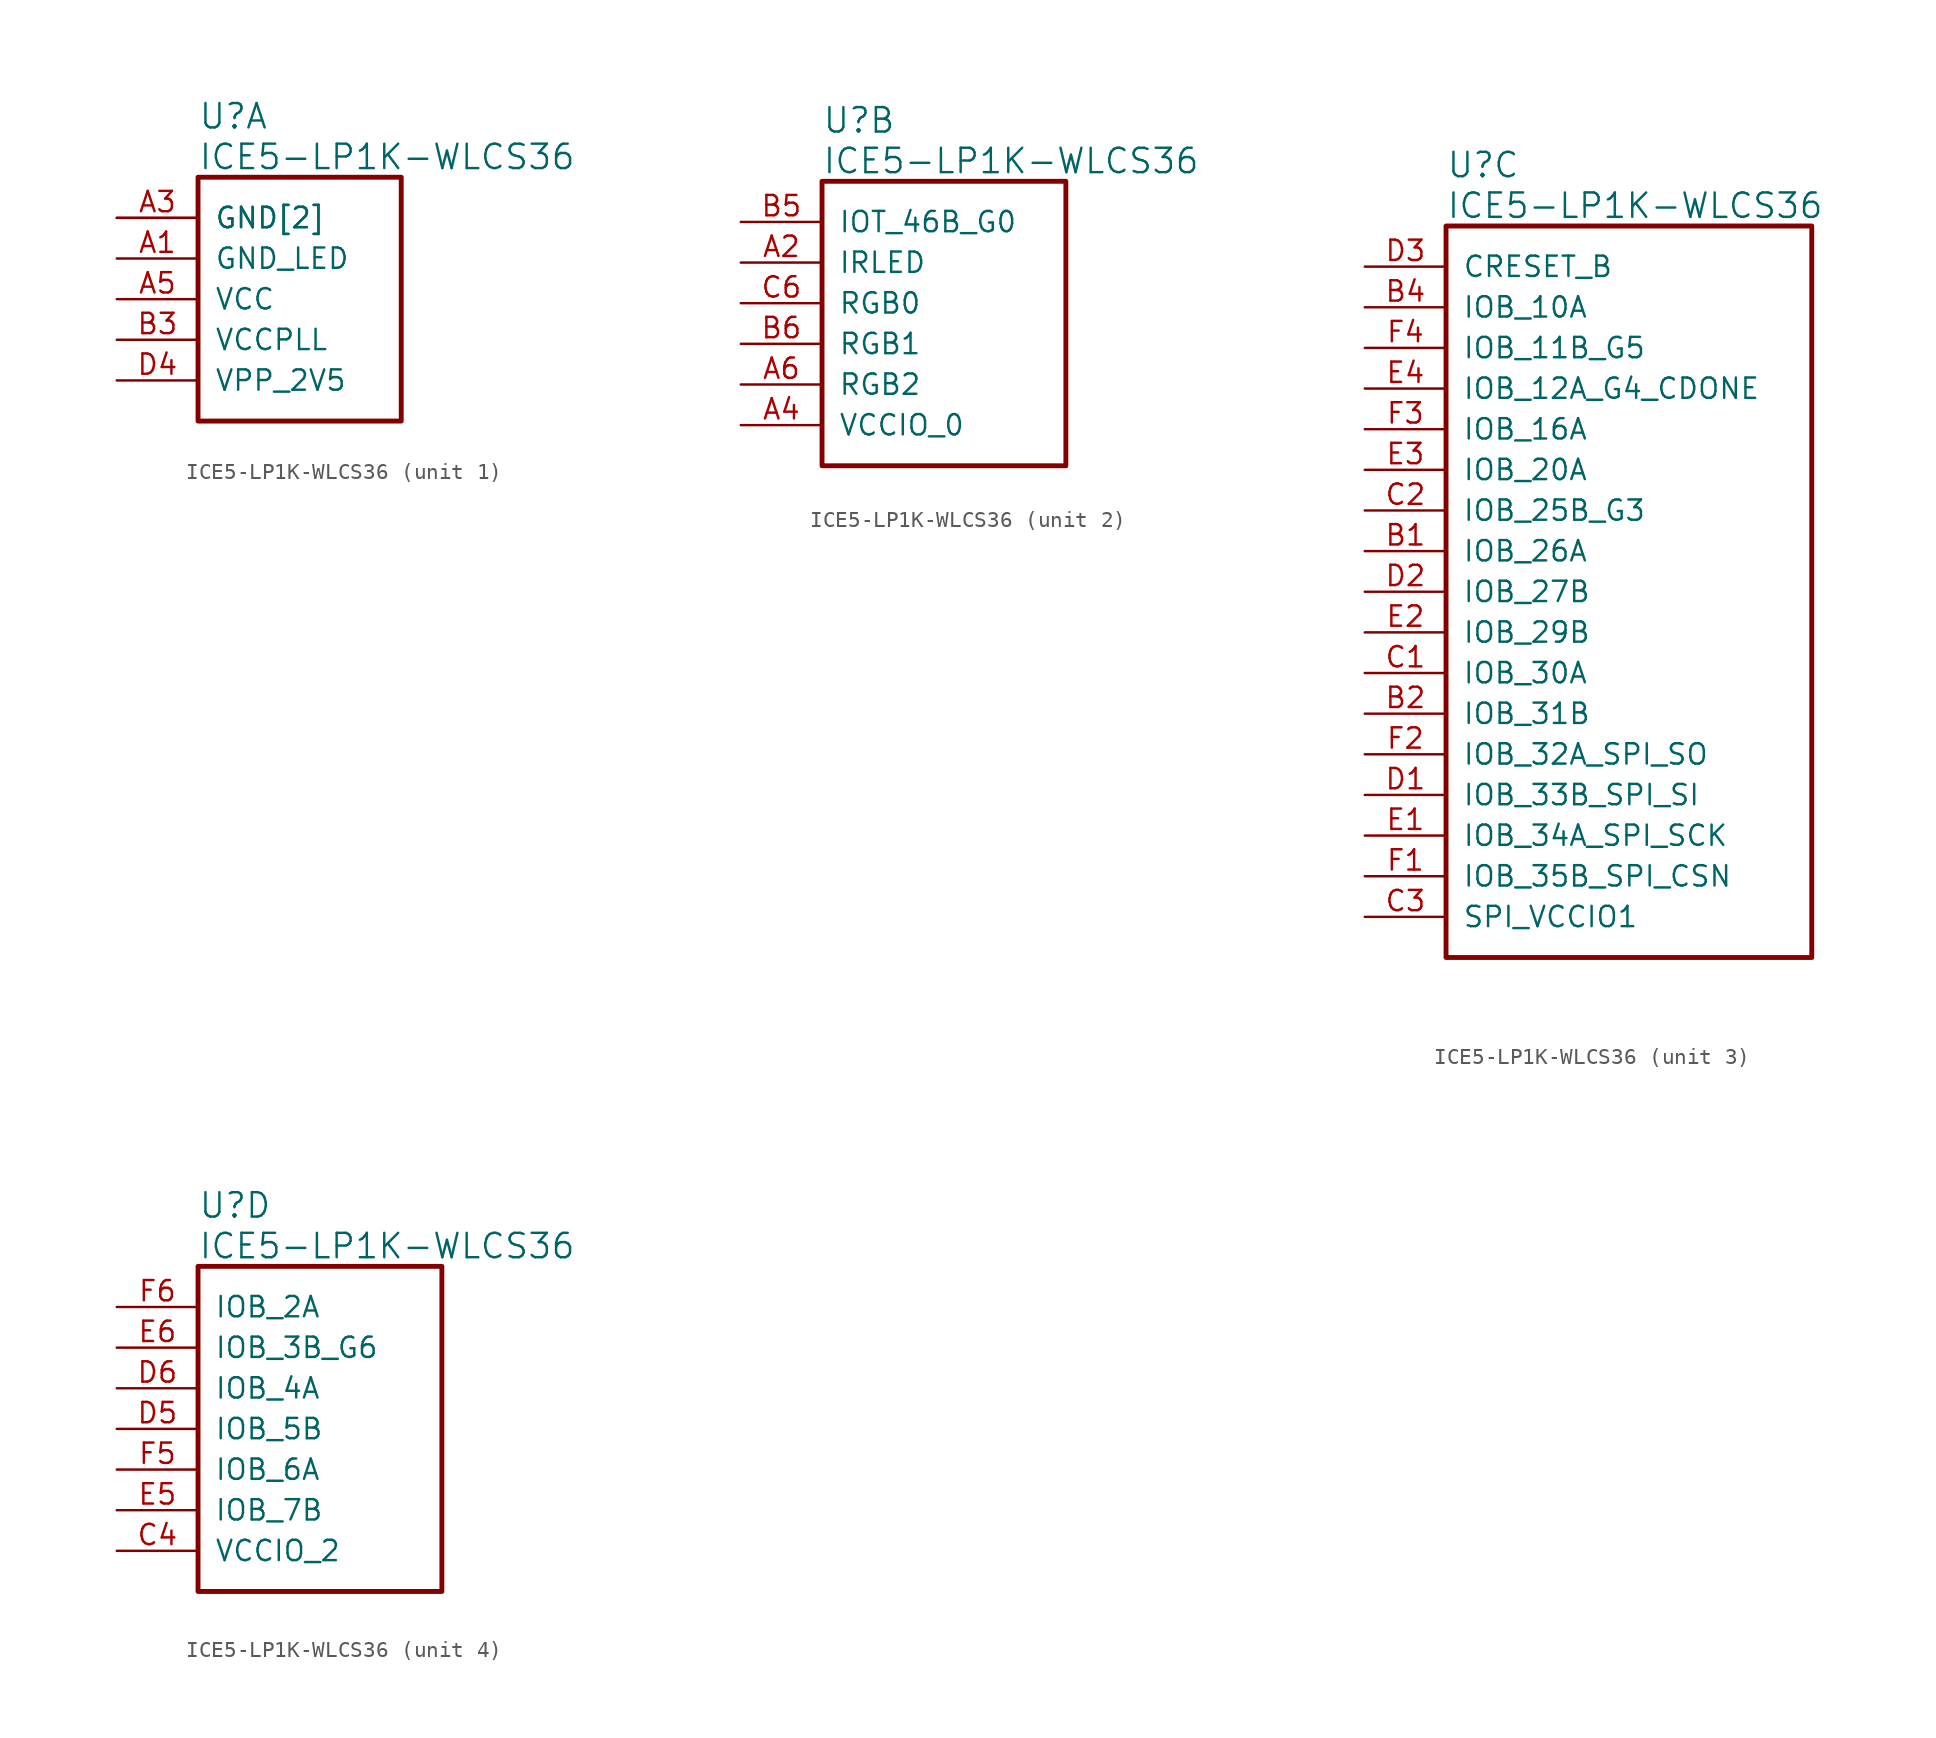
<source format=kicad_sym>
(kicad_symbol_lib
  (version 20241209)
  (generator "kicad_symbol_editor")
  (generator_version "9.0")
  (symbol "ICE5-LP1K-WLCS36"
    (pin_names
      (offset 1.016))
    (property "Reference" "U"
      (at 5.08 6.35 0)
      (effects (font (size 1.524 1.524)) (justify left)))
    (property "Value" "ICE5-LP1K-WLCS36"
      (at 5.08 3.81 0)
      (effects (font (size 1.524 1.524)) (justify left)))
    (property "ki_locked" ""
      (at 0 0 0)
      (effects (font (size 1.27 1.27))))
    (symbol "ICE5-LP1K-WLCS36_1_1"
      (rectangle (start 5.08 2.54) (end 17.78 -12.7) (stroke (width 0.305) (type solid)) (fill (type none)))
      (pin power_in line (at 0 0 0) (length 5.08) (name "GND[2]" (effects (font (size 1.27 1.27)))) (number "A3" (effects (font (size 1.27 1.27)))))
      (pin power_in line (at 0 0 0) (length 5.08) (name "GND[2]" (effects (font (size 1.27 1.27)))) (number "C5" (effects (font (size 0 0)))))
      (pin power_in line (at 0 -2.54 0) (length 5.08) (name "GND_LED" (effects (font (size 1.27 1.27)))) (number "A1" (effects (font (size 1.27 1.27)))))
      (pin power_in line (at 0 -5.08 0) (length 5.08) (name "VCC" (effects (font (size 1.27 1.27)))) (number "A5" (effects (font (size 1.27 1.27)))))
      (pin power_in line (at 0 -7.62 0) (length 5.08) (name "VCCPLL" (effects (font (size 1.27 1.27)))) (number "B3" (effects (font (size 1.27 1.27)))))
      (pin power_in line (at 0 -10.16 0) (length 5.08) (name "VPP_2V5" (effects (font (size 1.27 1.27)))) (number "D4" (effects (font (size 1.27 1.27))))))
    (symbol "ICE5-LP1K-WLCS36_2_1"
      (rectangle (start 5.08 2.54) (end 20.32 -15.24) (stroke (width 0.305) (type solid)) (fill (type none)))
      (pin bidirectional line (at 0 0 0) (length 5.08) (name "IOT_46B_G0" (effects (font (size 1.27 1.27)))) (number "B5" (effects (font (size 1.27 1.27)))))
      (pin bidirectional line (at 0 -2.54 0) (length 5.08) (name "IRLED" (effects (font (size 1.27 1.27)))) (number "A2" (effects (font (size 1.27 1.27)))))
      (pin bidirectional line (at 0 -5.08 0) (length 5.08) (name "RGB0" (effects (font (size 1.27 1.27)))) (number "C6" (effects (font (size 1.27 1.27)))))
      (pin bidirectional line (at 0 -7.62 0) (length 5.08) (name "RGB1" (effects (font (size 1.27 1.27)))) (number "B6" (effects (font (size 1.27 1.27)))))
      (pin bidirectional line (at 0 -10.16 0) (length 5.08) (name "RGB2" (effects (font (size 1.27 1.27)))) (number "A6" (effects (font (size 1.27 1.27)))))
      (pin power_in line (at 0 -12.7 0) (length 5.08) (name "VCCIO_0" (effects (font (size 1.27 1.27)))) (number "A4" (effects (font (size 1.27 1.27))))))
    (symbol "ICE5-LP1K-WLCS36_3_1"
      (rectangle (start 5.08 2.54) (end 27.94 -43.18) (stroke (width 0.305) (type solid)) (fill (type none)))
      (pin input line (at 0 0 0) (length 5.08) (name "CRESET_B" (effects (font (size 1.27 1.27)))) (number "D3" (effects (font (size 1.27 1.27)))))
      (pin bidirectional line (at 0 -2.54 0) (length 5.08) (name "IOB_10A" (effects (font (size 1.27 1.27)))) (number "B4" (effects (font (size 1.27 1.27)))))
      (pin bidirectional line (at 0 -5.08 0) (length 5.08) (name "IOB_11B_G5" (effects (font (size 1.27 1.27)))) (number "F4" (effects (font (size 1.27 1.27)))))
      (pin bidirectional line (at 0 -7.62 0) (length 5.08) (name "IOB_12A_G4_CDONE" (effects (font (size 1.27 1.27)))) (number "E4" (effects (font (size 1.27 1.27)))))
      (pin bidirectional line (at 0 -10.16 0) (length 5.08) (name "IOB_16A" (effects (font (size 1.27 1.27)))) (number "F3" (effects (font (size 1.27 1.27)))))
      (pin bidirectional line (at 0 -12.7 0) (length 5.08) (name "IOB_20A" (effects (font (size 1.27 1.27)))) (number "E3" (effects (font (size 1.27 1.27)))))
      (pin bidirectional line (at 0 -15.24 0) (length 5.08) (name "IOB_25B_G3" (effects (font (size 1.27 1.27)))) (number "C2" (effects (font (size 1.27 1.27)))))
      (pin bidirectional line (at 0 -17.78 0) (length 5.08) (name "IOB_26A" (effects (font (size 1.27 1.27)))) (number "B1" (effects (font (size 1.27 1.27)))))
      (pin bidirectional line (at 0 -20.32 0) (length 5.08) (name "IOB_27B" (effects (font (size 1.27 1.27)))) (number "D2" (effects (font (size 1.27 1.27)))))
      (pin bidirectional line (at 0 -22.86 0) (length 5.08) (name "IOB_29B" (effects (font (size 1.27 1.27)))) (number "E2" (effects (font (size 1.27 1.27)))))
      (pin bidirectional line (at 0 -25.4 0) (length 5.08) (name "IOB_30A" (effects (font (size 1.27 1.27)))) (number "C1" (effects (font (size 1.27 1.27)))))
      (pin bidirectional line (at 0 -27.94 0) (length 5.08) (name "IOB_31B" (effects (font (size 1.27 1.27)))) (number "B2" (effects (font (size 1.27 1.27)))))
      (pin bidirectional line (at 0 -30.48 0) (length 5.08) (name "IOB_32A_SPI_SO" (effects (font (size 1.27 1.27)))) (number "F2" (effects (font (size 1.27 1.27)))))
      (pin bidirectional line (at 0 -33.02 0) (length 5.08) (name "IOB_33B_SPI_SI" (effects (font (size 1.27 1.27)))) (number "D1" (effects (font (size 1.27 1.27)))))
      (pin bidirectional line (at 0 -35.56 0) (length 5.08) (name "IOB_34A_SPI_SCK" (effects (font (size 1.27 1.27)))) (number "E1" (effects (font (size 1.27 1.27)))))
      (pin bidirectional line (at 0 -38.1 0) (length 5.08) (name "IOB_35B_SPI_CSN" (effects (font (size 1.27 1.27)))) (number "F1" (effects (font (size 1.27 1.27)))))
      (pin power_in line (at 0 -40.64 0) (length 5.08) (name "SPI_VCCIO1" (effects (font (size 1.27 1.27)))) (number "C3" (effects (font (size 1.27 1.27))))))
    (symbol "ICE5-LP1K-WLCS36_4_1"
      (rectangle (start 5.08 2.54) (end 20.32 -17.78) (stroke (width 0.305) (type solid)) (fill (type none)))
      (pin bidirectional line (at 0 0 0) (length 5.08) (name "IOB_2A" (effects (font (size 1.27 1.27)))) (number "F6" (effects (font (size 1.27 1.27)))))
      (pin bidirectional line (at 0 -2.54 0) (length 5.08) (name "IOB_3B_G6" (effects (font (size 1.27 1.27)))) (number "E6" (effects (font (size 1.27 1.27)))))
      (pin bidirectional line (at 0 -5.08 0) (length 5.08) (name "IOB_4A" (effects (font (size 1.27 1.27)))) (number "D6" (effects (font (size 1.27 1.27)))))
      (pin bidirectional line (at 0 -7.62 0) (length 5.08) (name "IOB_5B" (effects (font (size 1.27 1.27)))) (number "D5" (effects (font (size 1.27 1.27)))))
      (pin bidirectional line (at 0 -10.16 0) (length 5.08) (name "IOB_6A" (effects (font (size 1.27 1.27)))) (number "F5" (effects (font (size 1.27 1.27)))))
      (pin bidirectional line (at 0 -12.7 0) (length 5.08) (name "IOB_7B" (effects (font (size 1.27 1.27)))) (number "E5" (effects (font (size 1.27 1.27)))))
      (pin power_in line (at 0 -15.24 0) (length 5.08) (name "VCCIO_2" (effects (font (size 1.27 1.27)))) (number "C4" (effects (font (size 1.27 1.27))))))))
</source>
